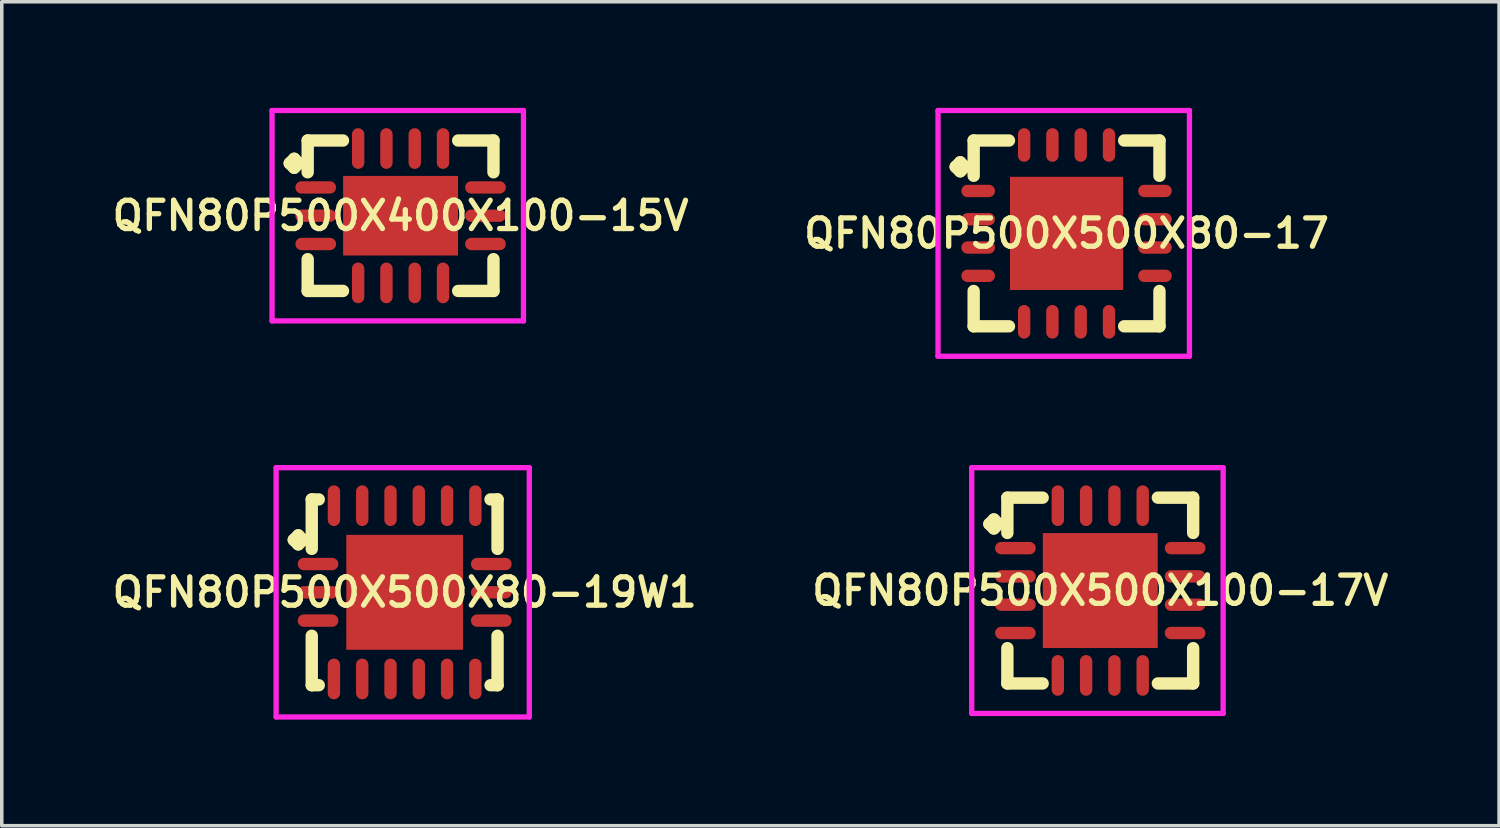
<source format=kicad_pcb>
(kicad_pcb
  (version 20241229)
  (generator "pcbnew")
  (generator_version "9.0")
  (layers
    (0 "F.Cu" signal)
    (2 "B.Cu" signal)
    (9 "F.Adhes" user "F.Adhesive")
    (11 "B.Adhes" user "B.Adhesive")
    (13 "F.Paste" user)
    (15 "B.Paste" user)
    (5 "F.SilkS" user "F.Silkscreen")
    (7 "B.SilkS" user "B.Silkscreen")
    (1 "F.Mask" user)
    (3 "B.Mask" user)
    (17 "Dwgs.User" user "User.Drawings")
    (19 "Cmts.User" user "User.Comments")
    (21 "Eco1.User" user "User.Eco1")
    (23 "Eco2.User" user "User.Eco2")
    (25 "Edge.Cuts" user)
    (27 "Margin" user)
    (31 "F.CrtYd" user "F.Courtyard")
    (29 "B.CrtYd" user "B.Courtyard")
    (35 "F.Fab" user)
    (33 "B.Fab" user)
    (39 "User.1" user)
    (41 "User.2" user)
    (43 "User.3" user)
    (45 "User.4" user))
  (footprint "QFN80P500X500X80-17"
    (layer "F.Cu")
    (at 27.111 3.55)
    (property "Reference" "QFN80P500X500X80-17" (at 0 0 0) (layer "F.SilkS") (effects (font (size 0.8 0.8) (thickness 0.15))))
    (attr through_hole)
    (fp_line (start -3.135 -1.883) (end -3.008 -2.01) (stroke (width 0.35) (type solid)) (layer "F.SilkS"))
    (fp_line (start -3.008 -2.01) (end -2.881 -1.883) (stroke (width 0.35) (type solid)) (layer "F.SilkS"))
    (fp_line (start -3.008 -1.756) (end -3.135 -1.883) (stroke (width 0.35) (type solid)) (layer "F.SilkS"))
    (fp_line (start -2.881 -1.883) (end -3.008 -1.756) (stroke (width 0.35) (type solid)) (layer "F.SilkS"))
    (fp_line (start -2.627 -2.627) (end -1.629 -2.627) (stroke (width 0.35) (type solid)) (layer "F.SilkS"))
    (fp_line (start -2.627 -1.629) (end -2.627 -2.627) (stroke (width 0.35) (type solid)) (layer "F.SilkS"))
    (fp_line (start -2.627 1.629) (end -2.627 2.627) (stroke (width 0.35) (type solid)) (layer "F.SilkS"))
    (fp_line (start -2.627 2.627) (end -1.629 2.627) (stroke (width 0.35) (type solid)) (layer "F.SilkS"))
    (fp_line (start 1.629 -2.627) (end 2.627 -2.627) (stroke (width 0.35) (type solid)) (layer "F.SilkS"))
    (fp_line (start 1.629 2.627) (end 2.627 2.627) (stroke (width 0.35) (type solid)) (layer "F.SilkS"))
    (fp_line (start 2.627 -2.627) (end 2.627 -1.629) (stroke (width 0.35) (type solid)) (layer "F.SilkS"))
    (fp_line (start 2.627 2.627) (end 2.627 1.629) (stroke (width 0.35) (type solid)) (layer "F.SilkS"))
    (fp_line (start -3.635 -3.475) (end 3.475 -3.475) (stroke (width 0.15) (type solid)) (layer "F.CrtYd"))
    (fp_line (start -3.635 3.475) (end -3.635 -3.475) (stroke (width 0.15) (type solid)) (layer "F.CrtYd"))
    (fp_line (start 3.475 -3.475) (end 3.475 3.475) (stroke (width 0.15) (type solid)) (layer "F.CrtYd"))
    (fp_line (start 3.475 3.475) (end -3.635 3.475) (stroke (width 0.15) (type solid)) (layer "F.CrtYd"))
    (pad "1" smd oval (at -2.5 -1.2) (size 0.95 0.35) (layers "F.Cu" "F.Mask" "F.Paste"))
    (pad "2" smd oval (at -2.5 -0.4) (size 0.95 0.35) (layers "F.Cu" "F.Mask" "F.Paste"))
    (pad "3" smd oval (at -2.5 0.4) (size 0.95 0.35) (layers "F.Cu" "F.Mask" "F.Paste"))
    (pad "4" smd oval (at -2.5 1.2) (size 0.95 0.35) (layers "F.Cu" "F.Mask" "F.Paste"))
    (pad "5" smd oval (at -1.2 2.5) (size 0.35 0.95) (layers "F.Cu" "F.Mask" "F.Paste"))
    (pad "6" smd oval (at -0.4 2.5) (size 0.35 0.95) (layers "F.Cu" "F.Mask" "F.Paste"))
    (pad "7" smd oval (at 0.4 2.5) (size 0.35 0.95) (layers "F.Cu" "F.Mask" "F.Paste"))
    (pad "8" smd oval (at 1.2 2.5) (size 0.35 0.95) (layers "F.Cu" "F.Mask" "F.Paste"))
    (pad "9" smd oval (at 2.5 1.2) (size 0.95 0.35) (layers "F.Cu" "F.Mask" "F.Paste"))
    (pad "10" smd oval (at 2.5 0.4) (size 0.95 0.35) (layers "F.Cu" "F.Mask" "F.Paste"))
    (pad "11" smd oval (at 2.5 -0.4) (size 0.95 0.35) (layers "F.Cu" "F.Mask" "F.Paste"))
    (pad "12" smd oval (at 2.5 -1.2) (size 0.95 0.35) (layers "F.Cu" "F.Mask" "F.Paste"))
    (pad "13" smd oval (at 1.2 -2.5) (size 0.35 0.95) (layers "F.Cu" "F.Mask" "F.Paste"))
    (pad "14" smd oval (at 0.4 -2.5) (size 0.35 0.95) (layers "F.Cu" "F.Mask" "F.Paste"))
    (pad "15" smd oval (at -0.4 -2.5) (size 0.35 0.95) (layers "F.Cu" "F.Mask" "F.Paste"))
    (pad "16" smd oval (at -1.2 -2.5) (size 0.35 0.95) (layers "F.Cu" "F.Mask" "F.Paste"))
    (pad "17" smd rect (at 0 0) (size 3.2 3.2) (layers "F.Cu" "F.Mask" "F.Paste")))
  (footprint "QFN80P500X500X80-19W1"
    (layer "F.Cu")
    (at 8.393 13.7)
    (property "Reference" "QFN80P500X500X80-19W1" (at 0 0 0) (layer "F.SilkS") (effects (font (size 0.8 0.8) (thickness 0.15))))
    (attr smd)
    (fp_line (start -3.135 -1.483) (end -3.008 -1.61) (stroke (width 0.35) (type solid)) (layer "F.SilkS"))
    (fp_line (start -3.008 -1.61) (end -2.881 -1.483) (stroke (width 0.35) (type solid)) (layer "F.SilkS"))
    (fp_line (start -3.008 -1.356) (end -3.135 -1.483) (stroke (width 0.35) (type solid)) (layer "F.SilkS"))
    (fp_line (start -2.881 -1.483) (end -3.008 -1.356) (stroke (width 0.35) (type solid)) (layer "F.SilkS"))
    (fp_line (start -2.627 -2.627) (end -2.429 -2.627) (stroke (width 0.35) (type solid)) (layer "F.SilkS"))
    (fp_line (start -2.627 -1.229) (end -2.627 -2.627) (stroke (width 0.35) (type solid)) (layer "F.SilkS"))
    (fp_line (start -2.627 1.229) (end -2.627 2.627) (stroke (width 0.35) (type solid)) (layer "F.SilkS"))
    (fp_line (start -2.627 2.627) (end -2.429 2.627) (stroke (width 0.35) (type solid)) (layer "F.SilkS"))
    (fp_line (start 2.429 -2.627) (end 2.627 -2.627) (stroke (width 0.35) (type solid)) (layer "F.SilkS"))
    (fp_line (start 2.429 2.627) (end 2.627 2.627) (stroke (width 0.35) (type solid)) (layer "F.SilkS"))
    (fp_line (start 2.627 -2.627) (end 2.627 -1.229) (stroke (width 0.35) (type solid)) (layer "F.SilkS"))
    (fp_line (start 2.627 2.627) (end 2.627 1.229) (stroke (width 0.35) (type solid)) (layer "F.SilkS"))
    (fp_line (start -3.635 -3.525) (end 3.525 -3.525) (stroke (width 0.15) (type solid)) (layer "F.CrtYd"))
    (fp_line (start -3.635 3.525) (end -3.635 -3.525) (stroke (width 0.15) (type solid)) (layer "F.CrtYd"))
    (fp_line (start 3.525 -3.525) (end 3.525 3.525) (stroke (width 0.15) (type solid)) (layer "F.CrtYd"))
    (fp_line (start 3.525 3.525) (end -3.635 3.525) (stroke (width 0.15) (type solid)) (layer "F.CrtYd"))
    (pad "1" smd oval (at -2.45 -0.8) (size 1.15 0.35) (layers "F.Cu" "F.Mask" "F.Paste"))
    (pad "2" smd oval (at -2.45 0) (size 1.15 0.35) (layers "F.Cu" "F.Mask" "F.Paste"))
    (pad "3" smd oval (at -2.45 0.8) (size 1.15 0.35) (layers "F.Cu" "F.Mask" "F.Paste"))
    (pad "4" smd oval (at -2 2.45) (size 0.35 1.15) (layers "F.Cu" "F.Mask" "F.Paste"))
    (pad "5" smd oval (at -1.2 2.45) (size 0.35 1.15) (layers "F.Cu" "F.Mask" "F.Paste"))
    (pad "6" smd oval (at -0.4 2.45) (size 0.35 1.15) (layers "F.Cu" "F.Mask" "F.Paste"))
    (pad "7" smd oval (at 0.4 2.45) (size 0.35 1.15) (layers "F.Cu" "F.Mask" "F.Paste"))
    (pad "8" smd oval (at 1.2 2.45) (size 0.35 1.15) (layers "F.Cu" "F.Mask" "F.Paste"))
    (pad "9" smd oval (at 2 2.45) (size 0.35 1.15) (layers "F.Cu" "F.Mask" "F.Paste"))
    (pad "10" smd oval (at 2.45 0.8) (size 1.15 0.35) (layers "F.Cu" "F.Mask" "F.Paste"))
    (pad "11" smd oval (at 2.45 0) (size 1.15 0.35) (layers "F.Cu" "F.Mask" "F.Paste"))
    (pad "12" smd oval (at 2.45 -0.8) (size 1.15 0.35) (layers "F.Cu" "F.Mask" "F.Paste"))
    (pad "13" smd oval (at 2 -2.45) (size 0.35 1.15) (layers "F.Cu" "F.Mask" "F.Paste"))
    (pad "14" smd oval (at 1.2 -2.45) (size 0.35 1.15) (layers "F.Cu" "F.Mask" "F.Paste"))
    (pad "15" smd oval (at 0.4 -2.45) (size 0.35 1.15) (layers "F.Cu" "F.Mask" "F.Paste"))
    (pad "16" smd oval (at -0.4 -2.45) (size 0.35 1.15) (layers "F.Cu" "F.Mask" "F.Paste"))
    (pad "17" smd oval (at -1.2 -2.45) (size 0.35 1.15) (layers "F.Cu" "F.Mask" "F.Paste"))
    (pad "18" smd oval (at -2 -2.45) (size 0.35 1.15) (layers "F.Cu" "F.Mask" "F.Paste"))
    (pad "19" smd rect (at 0 0) (size 3.3 3.25) (layers "F.Cu" "F.Mask" "F.Paste")))
  (footprint "QFN80P500X500X100-17V"
    (layer "F.Cu")
    (at 28.064 13.65)
    (property "Reference" "QFN80P500X500X100-17V" (at 0 0 0) (layer "F.SilkS") (effects (font (size 0.8 0.8) (thickness 0.15))))
    (attr smd)
    (fp_line (start -3.135 -1.883) (end -3.008 -2.01) (stroke (width 0.35) (type solid)) (layer "F.SilkS"))
    (fp_line (start -3.008 -2.01) (end -2.881 -1.883) (stroke (width 0.35) (type solid)) (layer "F.SilkS"))
    (fp_line (start -3.008 -1.756) (end -3.135 -1.883) (stroke (width 0.35) (type solid)) (layer "F.SilkS"))
    (fp_line (start -2.881 -1.883) (end -3.008 -1.756) (stroke (width 0.35) (type solid)) (layer "F.SilkS"))
    (fp_line (start -2.627 -2.627) (end -1.629 -2.627) (stroke (width 0.35) (type solid)) (layer "F.SilkS"))
    (fp_line (start -2.627 -1.629) (end -2.627 -2.627) (stroke (width 0.35) (type solid)) (layer "F.SilkS"))
    (fp_line (start -2.627 1.629) (end -2.627 2.627) (stroke (width 0.35) (type solid)) (layer "F.SilkS"))
    (fp_line (start -2.627 2.627) (end -1.629 2.627) (stroke (width 0.35) (type solid)) (layer "F.SilkS"))
    (fp_line (start 1.629 -2.627) (end 2.627 -2.627) (stroke (width 0.35) (type solid)) (layer "F.SilkS"))
    (fp_line (start 1.629 2.627) (end 2.627 2.627) (stroke (width 0.35) (type solid)) (layer "F.SilkS"))
    (fp_line (start 2.627 -2.627) (end 2.627 -1.629) (stroke (width 0.35) (type solid)) (layer "F.SilkS"))
    (fp_line (start 2.627 2.627) (end 2.627 1.629) (stroke (width 0.35) (type solid)) (layer "F.SilkS"))
    (fp_line (start -3.635 -3.475) (end 3.475 -3.475) (stroke (width 0.15) (type solid)) (layer "F.CrtYd"))
    (fp_line (start -3.635 3.475) (end -3.635 -3.475) (stroke (width 0.15) (type solid)) (layer "F.CrtYd"))
    (fp_line (start 3.475 -3.475) (end 3.475 3.475) (stroke (width 0.15) (type solid)) (layer "F.CrtYd"))
    (fp_line (start 3.475 3.475) (end -3.635 3.475) (stroke (width 0.15) (type solid)) (layer "F.CrtYd"))
    (pad "1" smd oval (at -2.4 -1.2) (size 1.15 0.35) (layers "F.Cu" "F.Mask" "F.Paste"))
    (pad "2" smd oval (at -2.4 -0.4) (size 1.15 0.35) (layers "F.Cu" "F.Mask" "F.Paste"))
    (pad "3" smd oval (at -2.4 0.4) (size 1.15 0.35) (layers "F.Cu" "F.Mask" "F.Paste"))
    (pad "4" smd oval (at -2.4 1.2) (size 1.15 0.35) (layers "F.Cu" "F.Mask" "F.Paste"))
    (pad "5" smd oval (at -1.2 2.4) (size 0.35 1.15) (layers "F.Cu" "F.Mask" "F.Paste"))
    (pad "6" smd oval (at -0.4 2.4) (size 0.35 1.15) (layers "F.Cu" "F.Mask" "F.Paste"))
    (pad "7" smd oval (at 0.4 2.4) (size 0.35 1.15) (layers "F.Cu" "F.Mask" "F.Paste"))
    (pad "8" smd oval (at 1.2 2.4) (size 0.35 1.15) (layers "F.Cu" "F.Mask" "F.Paste"))
    (pad "9" smd oval (at 2.4 1.2) (size 1.15 0.35) (layers "F.Cu" "F.Mask" "F.Paste"))
    (pad "10" smd oval (at 2.4 0.4) (size 1.15 0.35) (layers "F.Cu" "F.Mask" "F.Paste"))
    (pad "11" smd oval (at 2.4 -0.4) (size 1.15 0.35) (layers "F.Cu" "F.Mask" "F.Paste"))
    (pad "12" smd oval (at 2.4 -1.2) (size 1.15 0.35) (layers "F.Cu" "F.Mask" "F.Paste"))
    (pad "13" smd oval (at 1.2 -2.4) (size 0.35 1.15) (layers "F.Cu" "F.Mask" "F.Paste"))
    (pad "14" smd oval (at 0.4 -2.4) (size 0.35 1.15) (layers "F.Cu" "F.Mask" "F.Paste"))
    (pad "15" smd oval (at -0.4 -2.4) (size 0.35 1.15) (layers "F.Cu" "F.Mask" "F.Paste"))
    (pad "16" smd oval (at -1.2 -2.4) (size 0.35 1.15) (layers "F.Cu" "F.Mask" "F.Paste"))
    (pad "17" smd rect (at 0 0) (size 3.25 3.25) (layers "F.Cu" "F.Mask" "F.Paste")))
  (footprint "QFN80P500X400X100-15V"
    (layer "F.Cu")
    (at 8.278 3.05)
    (property "Reference" "QFN80P500X400X100-15V" (at 0 0 0) (layer "F.SilkS") (effects (font (size 0.8 0.8) (thickness 0.15))))
    (attr through_hole)
    (fp_line (start -3.135 -1.483) (end -3.008 -1.61) (stroke (width 0.35) (type solid)) (layer "F.SilkS"))
    (fp_line (start -3.008 -1.61) (end -2.881 -1.483) (stroke (width 0.35) (type solid)) (layer "F.SilkS"))
    (fp_line (start -3.008 -1.356) (end -3.135 -1.483) (stroke (width 0.35) (type solid)) (layer "F.SilkS"))
    (fp_line (start -2.881 -1.483) (end -3.008 -1.356) (stroke (width 0.35) (type solid)) (layer "F.SilkS"))
    (fp_line (start -2.627 -2.127) (end -1.629 -2.127) (stroke (width 0.35) (type solid)) (layer "F.SilkS"))
    (fp_line (start -2.627 -1.229) (end -2.627 -2.127) (stroke (width 0.35) (type solid)) (layer "F.SilkS"))
    (fp_line (start -2.627 1.229) (end -2.627 2.127) (stroke (width 0.35) (type solid)) (layer "F.SilkS"))
    (fp_line (start -2.627 2.127) (end -1.629 2.127) (stroke (width 0.35) (type solid)) (layer "F.SilkS"))
    (fp_line (start 1.629 -2.127) (end 2.627 -2.127) (stroke (width 0.35) (type solid)) (layer "F.SilkS"))
    (fp_line (start 1.629 2.127) (end 2.627 2.127) (stroke (width 0.35) (type solid)) (layer "F.SilkS"))
    (fp_line (start 2.627 -2.127) (end 2.627 -1.229) (stroke (width 0.35) (type solid)) (layer "F.SilkS"))
    (fp_line (start 2.627 2.127) (end 2.627 1.229) (stroke (width 0.35) (type solid)) (layer "F.SilkS"))
    (fp_line (start -3.635 -2.975) (end 3.475 -2.975) (stroke (width 0.15) (type solid)) (layer "F.CrtYd"))
    (fp_line (start -3.635 2.975) (end -3.635 -2.975) (stroke (width 0.15) (type solid)) (layer "F.CrtYd"))
    (fp_line (start 3.475 -2.975) (end 3.475 2.975) (stroke (width 0.15) (type solid)) (layer "F.CrtYd"))
    (fp_line (start 3.475 2.975) (end -3.635 2.975) (stroke (width 0.15) (type solid)) (layer "F.CrtYd"))
    (pad "1" smd oval (at -2.4 -0.8) (size 1.15 0.35) (layers "F.Cu" "F.Mask" "F.Paste"))
    (pad "2" smd oval (at -2.4 0) (size 1.15 0.35) (layers "F.Cu" "F.Mask" "F.Paste"))
    (pad "3" smd oval (at -2.4 0.8) (size 1.15 0.35) (layers "F.Cu" "F.Mask" "F.Paste"))
    (pad "4" smd oval (at -1.2 1.9) (size 0.35 1.15) (layers "F.Cu" "F.Mask" "F.Paste"))
    (pad "5" smd oval (at -0.4 1.9) (size 0.35 1.15) (layers "F.Cu" "F.Mask" "F.Paste"))
    (pad "6" smd oval (at 0.4 1.9) (size 0.35 1.15) (layers "F.Cu" "F.Mask" "F.Paste"))
    (pad "7" smd oval (at 1.2 1.9) (size 0.35 1.15) (layers "F.Cu" "F.Mask" "F.Paste"))
    (pad "8" smd oval (at 2.4 0.8) (size 1.15 0.35) (layers "F.Cu" "F.Mask" "F.Paste"))
    (pad "9" smd oval (at 2.4 0) (size 1.15 0.35) (layers "F.Cu" "F.Mask" "F.Paste"))
    (pad "10" smd oval (at 2.4 -0.8) (size 1.15 0.35) (layers "F.Cu" "F.Mask" "F.Paste"))
    (pad "11" smd oval (at 1.2 -1.9) (size 0.35 1.15) (layers "F.Cu" "F.Mask" "F.Paste"))
    (pad "12" smd oval (at 0.4 -1.9) (size 0.35 1.15) (layers "F.Cu" "F.Mask" "F.Paste"))
    (pad "13" smd oval (at -0.4 -1.9) (size 0.35 1.15) (layers "F.Cu" "F.Mask" "F.Paste"))
    (pad "14" smd oval (at -1.2 -1.9) (size 0.35 1.15) (layers "F.Cu" "F.Mask" "F.Paste"))
    (pad "15" smd rect (at 0 0) (size 3.25 2.25) (layers "F.Cu" "F.Mask" "F.Paste")))
  (gr_rect
    (start -3 -3)
    (end 39.342 20.3)
    (stroke (width 0.1) (type default))
    (fill no)
    (layer "Edge.Cuts")))
</source>
